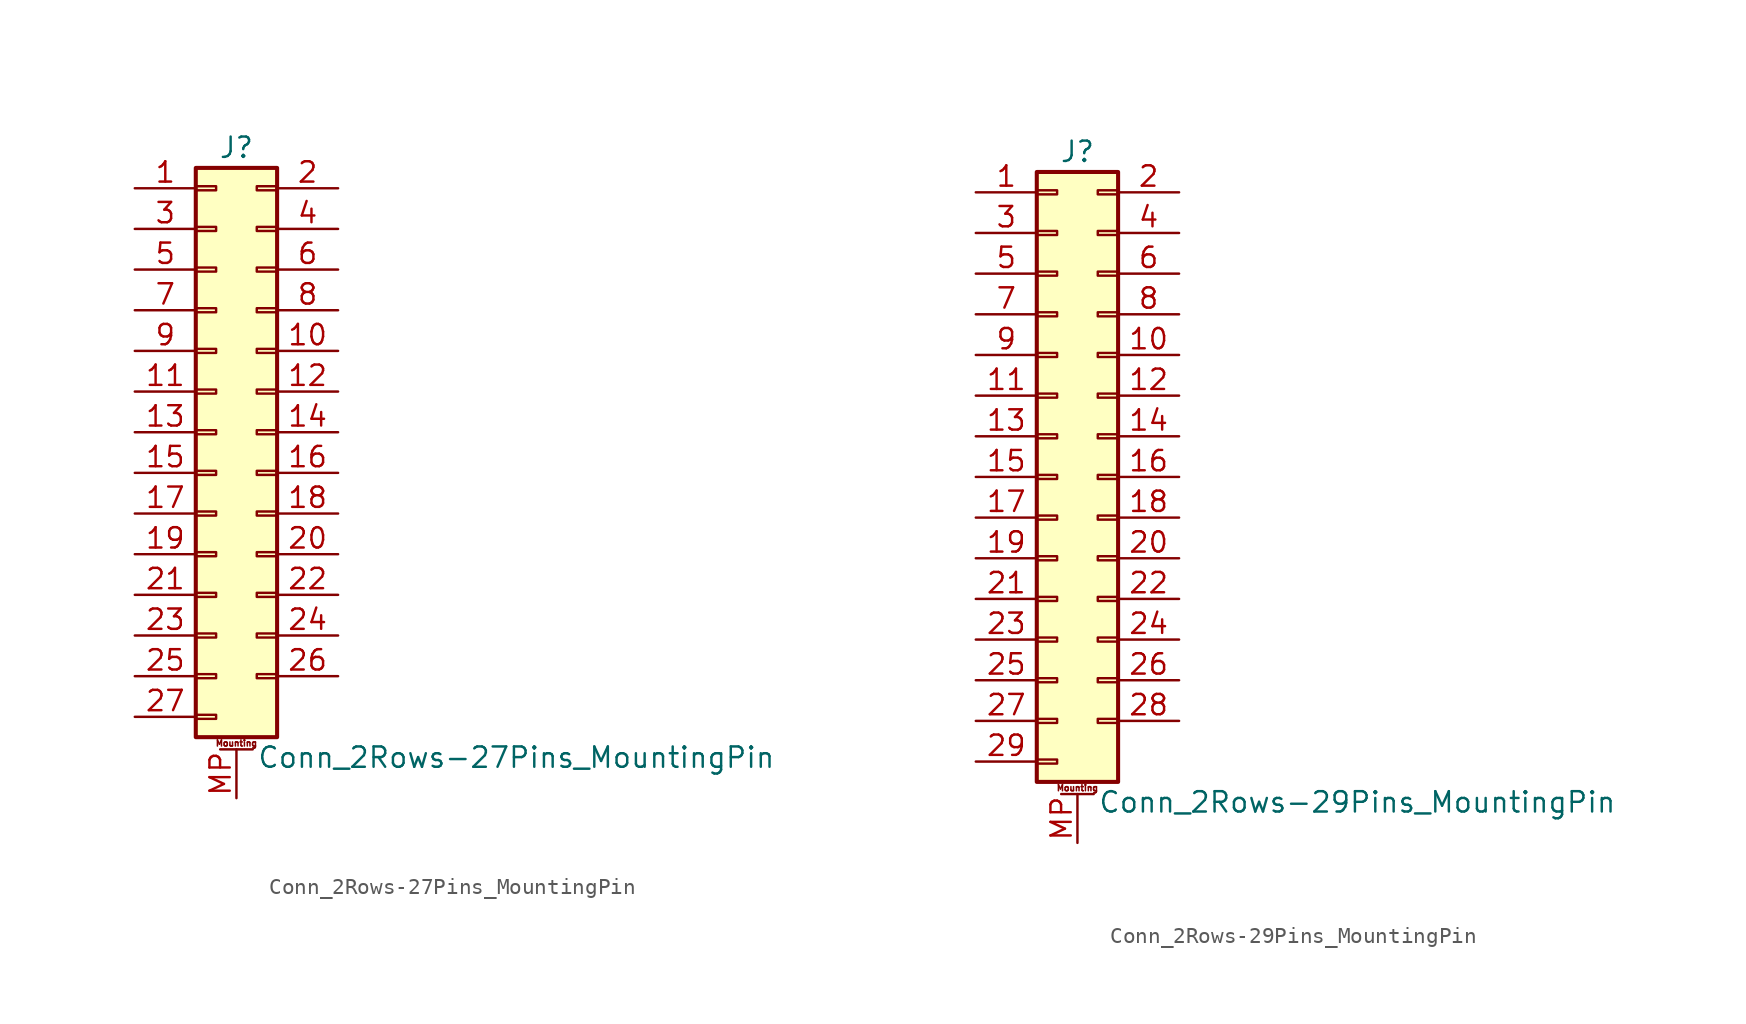
<source format=kicad_sym>
(kicad_symbol_lib
  (version 20211014)
  (generator kicad_symbol_editor)
  (symbol "Conn_2Rows-27Pins_MountingPin"
    (pin_names
      (offset 1.016) hide)
    (property "Reference" "J"
      (at 1.27 17.78 0)
      (effects (font (size 1.27 1.27))))
    (property "Value" "Conn_2Rows-27Pins_MountingPin"
      (at 2.54 -20.32 0)
      (effects (font (size 1.27 1.27)) (justify left)))
    (symbol "Conn_2Rows-27Pins_MountingPin_1_1"
      (rectangle (start -1.27 -17.653) (end 0 -17.907) (stroke (width 0.152) (type default) (color 0 0 0 0)) (fill (type none)))
      (rectangle (start -1.27 -15.113) (end 0 -15.367) (stroke (width 0.152) (type default) (color 0 0 0 0)) (fill (type none)))
      (rectangle (start -1.27 -12.573) (end 0 -12.827) (stroke (width 0.152) (type default) (color 0 0 0 0)) (fill (type none)))
      (rectangle (start -1.27 -10.033) (end 0 -10.287) (stroke (width 0.152) (type default) (color 0 0 0 0)) (fill (type none)))
      (rectangle (start -1.27 -7.493) (end 0 -7.747) (stroke (width 0.152) (type default) (color 0 0 0 0)) (fill (type none)))
      (rectangle (start -1.27 -4.953) (end 0 -5.207) (stroke (width 0.152) (type default) (color 0 0 0 0)) (fill (type none)))
      (rectangle (start -1.27 -2.413) (end 0 -2.667) (stroke (width 0.152) (type default) (color 0 0 0 0)) (fill (type none)))
      (rectangle (start -1.27 0.127) (end 0 -0.127) (stroke (width 0.152) (type default) (color 0 0 0 0)) (fill (type none)))
      (rectangle (start -1.27 2.667) (end 0 2.413) (stroke (width 0.152) (type default) (color 0 0 0 0)) (fill (type none)))
      (rectangle (start -1.27 5.207) (end 0 4.953) (stroke (width 0.152) (type default) (color 0 0 0 0)) (fill (type none)))
      (rectangle (start -1.27 7.747) (end 0 7.493) (stroke (width 0.152) (type default) (color 0 0 0 0)) (fill (type none)))
      (rectangle (start -1.27 10.287) (end 0 10.033) (stroke (width 0.152) (type default) (color 0 0 0 0)) (fill (type none)))
      (rectangle (start -1.27 12.827) (end 0 12.573) (stroke (width 0.152) (type default) (color 0 0 0 0)) (fill (type none)))
      (rectangle (start -1.27 15.367) (end 0 15.113) (stroke (width 0.152) (type default) (color 0 0 0 0)) (fill (type none)))
      (rectangle (start -1.27 16.51) (end 3.81 -19.05) (stroke (width 0.254) (type default) (color 0 0 0 0)) (fill (type background)))
      (polyline (pts (xy 0.254 -19.812) (xy 2.286 -19.812)) (stroke (width 0.152) (type default) (color 0 0 0 0)) (fill (type none)))
      (rectangle (start 3.81 -15.113) (end 2.54 -15.367) (stroke (width 0.152) (type default) (color 0 0 0 0)) (fill (type none)))
      (rectangle (start 3.81 -12.573) (end 2.54 -12.827) (stroke (width 0.152) (type default) (color 0 0 0 0)) (fill (type none)))
      (rectangle (start 3.81 -10.033) (end 2.54 -10.287) (stroke (width 0.152) (type default) (color 0 0 0 0)) (fill (type none)))
      (rectangle (start 3.81 -7.493) (end 2.54 -7.747) (stroke (width 0.152) (type default) (color 0 0 0 0)) (fill (type none)))
      (rectangle (start 3.81 -4.953) (end 2.54 -5.207) (stroke (width 0.152) (type default) (color 0 0 0 0)) (fill (type none)))
      (rectangle (start 3.81 -2.413) (end 2.54 -2.667) (stroke (width 0.152) (type default) (color 0 0 0 0)) (fill (type none)))
      (rectangle (start 3.81 0.127) (end 2.54 -0.127) (stroke (width 0.152) (type default) (color 0 0 0 0)) (fill (type none)))
      (rectangle (start 3.81 2.667) (end 2.54 2.413) (stroke (width 0.152) (type default) (color 0 0 0 0)) (fill (type none)))
      (rectangle (start 3.81 5.207) (end 2.54 4.953) (stroke (width 0.152) (type default) (color 0 0 0 0)) (fill (type none)))
      (rectangle (start 3.81 7.747) (end 2.54 7.493) (stroke (width 0.152) (type default) (color 0 0 0 0)) (fill (type none)))
      (rectangle (start 3.81 10.287) (end 2.54 10.033) (stroke (width 0.152) (type default) (color 0 0 0 0)) (fill (type none)))
      (rectangle (start 3.81 12.827) (end 2.54 12.573) (stroke (width 0.152) (type default) (color 0 0 0 0)) (fill (type none)))
      (rectangle (start 3.81 15.367) (end 2.54 15.113) (stroke (width 0.152) (type default) (color 0 0 0 0)) (fill (type none)))
      (text "Mounting" (at 1.27 -19.431 0) (effects (font (size 0.381 0.381))))
      (pin passive line (at -5.08 15.24 0) (length 3.81) (name "Pin_1" (effects (font (size 1.27 1.27)))) (number "1" (effects (font (size 1.27 1.27)))))
      (pin passive line (at 7.62 5.08 180) (length 3.81) (name "Pin_10" (effects (font (size 1.27 1.27)))) (number "10" (effects (font (size 1.27 1.27)))))
      (pin passive line (at -5.08 2.54 0) (length 3.81) (name "Pin_11" (effects (font (size 1.27 1.27)))) (number "11" (effects (font (size 1.27 1.27)))))
      (pin passive line (at 7.62 2.54 180) (length 3.81) (name "Pin_12" (effects (font (size 1.27 1.27)))) (number "12" (effects (font (size 1.27 1.27)))))
      (pin passive line (at -5.08 0 0) (length 3.81) (name "Pin_13" (effects (font (size 1.27 1.27)))) (number "13" (effects (font (size 1.27 1.27)))))
      (pin passive line (at 7.62 0 180) (length 3.81) (name "Pin_14" (effects (font (size 1.27 1.27)))) (number "14" (effects (font (size 1.27 1.27)))))
      (pin passive line (at -5.08 -2.54 0) (length 3.81) (name "Pin_15" (effects (font (size 1.27 1.27)))) (number "15" (effects (font (size 1.27 1.27)))))
      (pin passive line (at 7.62 -2.54 180) (length 3.81) (name "Pin_16" (effects (font (size 1.27 1.27)))) (number "16" (effects (font (size 1.27 1.27)))))
      (pin passive line (at -5.08 -5.08 0) (length 3.81) (name "Pin_17" (effects (font (size 1.27 1.27)))) (number "17" (effects (font (size 1.27 1.27)))))
      (pin passive line (at 7.62 -5.08 180) (length 3.81) (name "Pin_18" (effects (font (size 1.27 1.27)))) (number "18" (effects (font (size 1.27 1.27)))))
      (pin passive line (at -5.08 -7.62 0) (length 3.81) (name "Pin_19" (effects (font (size 1.27 1.27)))) (number "19" (effects (font (size 1.27 1.27)))))
      (pin passive line (at 7.62 15.24 180) (length 3.81) (name "Pin_2" (effects (font (size 1.27 1.27)))) (number "2" (effects (font (size 1.27 1.27)))))
      (pin passive line (at 7.62 -7.62 180) (length 3.81) (name "Pin_20" (effects (font (size 1.27 1.27)))) (number "20" (effects (font (size 1.27 1.27)))))
      (pin passive line (at -5.08 -10.16 0) (length 3.81) (name "Pin_21" (effects (font (size 1.27 1.27)))) (number "21" (effects (font (size 1.27 1.27)))))
      (pin passive line (at 7.62 -10.16 180) (length 3.81) (name "Pin_22" (effects (font (size 1.27 1.27)))) (number "22" (effects (font (size 1.27 1.27)))))
      (pin passive line (at -5.08 -12.7 0) (length 3.81) (name "Pin_23" (effects (font (size 1.27 1.27)))) (number "23" (effects (font (size 1.27 1.27)))))
      (pin passive line (at 7.62 -12.7 180) (length 3.81) (name "Pin_24" (effects (font (size 1.27 1.27)))) (number "24" (effects (font (size 1.27 1.27)))))
      (pin passive line (at -5.08 -15.24 0) (length 3.81) (name "Pin_25" (effects (font (size 1.27 1.27)))) (number "25" (effects (font (size 1.27 1.27)))))
      (pin passive line (at 7.62 -15.24 180) (length 3.81) (name "Pin_26" (effects (font (size 1.27 1.27)))) (number "26" (effects (font (size 1.27 1.27)))))
      (pin passive line (at -5.08 -17.78 0) (length 3.81) (name "Pin_27" (effects (font (size 1.27 1.27)))) (number "27" (effects (font (size 1.27 1.27)))))
      (pin passive line (at -5.08 12.7 0) (length 3.81) (name "Pin_3" (effects (font (size 1.27 1.27)))) (number "3" (effects (font (size 1.27 1.27)))))
      (pin passive line (at 7.62 12.7 180) (length 3.81) (name "Pin_4" (effects (font (size 1.27 1.27)))) (number "4" (effects (font (size 1.27 1.27)))))
      (pin passive line (at -5.08 10.16 0) (length 3.81) (name "Pin_5" (effects (font (size 1.27 1.27)))) (number "5" (effects (font (size 1.27 1.27)))))
      (pin passive line (at 7.62 10.16 180) (length 3.81) (name "Pin_6" (effects (font (size 1.27 1.27)))) (number "6" (effects (font (size 1.27 1.27)))))
      (pin passive line (at -5.08 7.62 0) (length 3.81) (name "Pin_7" (effects (font (size 1.27 1.27)))) (number "7" (effects (font (size 1.27 1.27)))))
      (pin passive line (at 7.62 7.62 180) (length 3.81) (name "Pin_8" (effects (font (size 1.27 1.27)))) (number "8" (effects (font (size 1.27 1.27)))))
      (pin passive line (at -5.08 5.08 0) (length 3.81) (name "Pin_9" (effects (font (size 1.27 1.27)))) (number "9" (effects (font (size 1.27 1.27)))))
      (pin passive line (at 1.27 -22.86 90) (length 3.048) (name "MountPin" (effects (font (size 1.27 1.27)))) (number "MP" (effects (font (size 1.27 1.27)))))))
  (symbol "Conn_2Rows-29Pins_MountingPin"
    (pin_names
      (offset 1.016) hide)
    (property "Reference" "J"
      (at 1.27 20.32 0)
      (effects (font (size 1.27 1.27))))
    (property "Value" "Conn_2Rows-29Pins_MountingPin"
      (at 2.54 -20.32 0)
      (effects (font (size 1.27 1.27)) (justify left)))
    (symbol "Conn_2Rows-29Pins_MountingPin_1_1"
      (rectangle (start -1.27 -17.653) (end 0 -17.907) (stroke (width 0.152) (type default) (color 0 0 0 0)) (fill (type none)))
      (rectangle (start -1.27 -15.113) (end 0 -15.367) (stroke (width 0.152) (type default) (color 0 0 0 0)) (fill (type none)))
      (rectangle (start -1.27 -12.573) (end 0 -12.827) (stroke (width 0.152) (type default) (color 0 0 0 0)) (fill (type none)))
      (rectangle (start -1.27 -10.033) (end 0 -10.287) (stroke (width 0.152) (type default) (color 0 0 0 0)) (fill (type none)))
      (rectangle (start -1.27 -7.493) (end 0 -7.747) (stroke (width 0.152) (type default) (color 0 0 0 0)) (fill (type none)))
      (rectangle (start -1.27 -4.953) (end 0 -5.207) (stroke (width 0.152) (type default) (color 0 0 0 0)) (fill (type none)))
      (rectangle (start -1.27 -2.413) (end 0 -2.667) (stroke (width 0.152) (type default) (color 0 0 0 0)) (fill (type none)))
      (rectangle (start -1.27 0.127) (end 0 -0.127) (stroke (width 0.152) (type default) (color 0 0 0 0)) (fill (type none)))
      (rectangle (start -1.27 2.667) (end 0 2.413) (stroke (width 0.152) (type default) (color 0 0 0 0)) (fill (type none)))
      (rectangle (start -1.27 5.207) (end 0 4.953) (stroke (width 0.152) (type default) (color 0 0 0 0)) (fill (type none)))
      (rectangle (start -1.27 7.747) (end 0 7.493) (stroke (width 0.152) (type default) (color 0 0 0 0)) (fill (type none)))
      (rectangle (start -1.27 10.287) (end 0 10.033) (stroke (width 0.152) (type default) (color 0 0 0 0)) (fill (type none)))
      (rectangle (start -1.27 12.827) (end 0 12.573) (stroke (width 0.152) (type default) (color 0 0 0 0)) (fill (type none)))
      (rectangle (start -1.27 15.367) (end 0 15.113) (stroke (width 0.152) (type default) (color 0 0 0 0)) (fill (type none)))
      (rectangle (start -1.27 17.907) (end 0 17.653) (stroke (width 0.152) (type default) (color 0 0 0 0)) (fill (type none)))
      (rectangle (start -1.27 19.05) (end 3.81 -19.05) (stroke (width 0.254) (type default) (color 0 0 0 0)) (fill (type background)))
      (polyline (pts (xy 0.254 -19.812) (xy 2.286 -19.812)) (stroke (width 0.152) (type default) (color 0 0 0 0)) (fill (type none)))
      (rectangle (start 3.81 -15.113) (end 2.54 -15.367) (stroke (width 0.152) (type default) (color 0 0 0 0)) (fill (type none)))
      (rectangle (start 3.81 -12.573) (end 2.54 -12.827) (stroke (width 0.152) (type default) (color 0 0 0 0)) (fill (type none)))
      (rectangle (start 3.81 -10.033) (end 2.54 -10.287) (stroke (width 0.152) (type default) (color 0 0 0 0)) (fill (type none)))
      (rectangle (start 3.81 -7.493) (end 2.54 -7.747) (stroke (width 0.152) (type default) (color 0 0 0 0)) (fill (type none)))
      (rectangle (start 3.81 -4.953) (end 2.54 -5.207) (stroke (width 0.152) (type default) (color 0 0 0 0)) (fill (type none)))
      (rectangle (start 3.81 -2.413) (end 2.54 -2.667) (stroke (width 0.152) (type default) (color 0 0 0 0)) (fill (type none)))
      (rectangle (start 3.81 0.127) (end 2.54 -0.127) (stroke (width 0.152) (type default) (color 0 0 0 0)) (fill (type none)))
      (rectangle (start 3.81 2.667) (end 2.54 2.413) (stroke (width 0.152) (type default) (color 0 0 0 0)) (fill (type none)))
      (rectangle (start 3.81 5.207) (end 2.54 4.953) (stroke (width 0.152) (type default) (color 0 0 0 0)) (fill (type none)))
      (rectangle (start 3.81 7.747) (end 2.54 7.493) (stroke (width 0.152) (type default) (color 0 0 0 0)) (fill (type none)))
      (rectangle (start 3.81 10.287) (end 2.54 10.033) (stroke (width 0.152) (type default) (color 0 0 0 0)) (fill (type none)))
      (rectangle (start 3.81 12.827) (end 2.54 12.573) (stroke (width 0.152) (type default) (color 0 0 0 0)) (fill (type none)))
      (rectangle (start 3.81 15.367) (end 2.54 15.113) (stroke (width 0.152) (type default) (color 0 0 0 0)) (fill (type none)))
      (rectangle (start 3.81 17.907) (end 2.54 17.653) (stroke (width 0.152) (type default) (color 0 0 0 0)) (fill (type none)))
      (text "Mounting" (at 1.27 -19.431 0) (effects (font (size 0.381 0.381))))
      (pin passive line (at -5.08 17.78 0) (length 3.81) (name "Pin_1" (effects (font (size 1.27 1.27)))) (number "1" (effects (font (size 1.27 1.27)))))
      (pin passive line (at 7.62 7.62 180) (length 3.81) (name "Pin_10" (effects (font (size 1.27 1.27)))) (number "10" (effects (font (size 1.27 1.27)))))
      (pin passive line (at -5.08 5.08 0) (length 3.81) (name "Pin_11" (effects (font (size 1.27 1.27)))) (number "11" (effects (font (size 1.27 1.27)))))
      (pin passive line (at 7.62 5.08 180) (length 3.81) (name "Pin_12" (effects (font (size 1.27 1.27)))) (number "12" (effects (font (size 1.27 1.27)))))
      (pin passive line (at -5.08 2.54 0) (length 3.81) (name "Pin_13" (effects (font (size 1.27 1.27)))) (number "13" (effects (font (size 1.27 1.27)))))
      (pin passive line (at 7.62 2.54 180) (length 3.81) (name "Pin_14" (effects (font (size 1.27 1.27)))) (number "14" (effects (font (size 1.27 1.27)))))
      (pin passive line (at -5.08 0 0) (length 3.81) (name "Pin_15" (effects (font (size 1.27 1.27)))) (number "15" (effects (font (size 1.27 1.27)))))
      (pin passive line (at 7.62 0 180) (length 3.81) (name "Pin_16" (effects (font (size 1.27 1.27)))) (number "16" (effects (font (size 1.27 1.27)))))
      (pin passive line (at -5.08 -2.54 0) (length 3.81) (name "Pin_17" (effects (font (size 1.27 1.27)))) (number "17" (effects (font (size 1.27 1.27)))))
      (pin passive line (at 7.62 -2.54 180) (length 3.81) (name "Pin_18" (effects (font (size 1.27 1.27)))) (number "18" (effects (font (size 1.27 1.27)))))
      (pin passive line (at -5.08 -5.08 0) (length 3.81) (name "Pin_19" (effects (font (size 1.27 1.27)))) (number "19" (effects (font (size 1.27 1.27)))))
      (pin passive line (at 7.62 17.78 180) (length 3.81) (name "Pin_2" (effects (font (size 1.27 1.27)))) (number "2" (effects (font (size 1.27 1.27)))))
      (pin passive line (at 7.62 -5.08 180) (length 3.81) (name "Pin_20" (effects (font (size 1.27 1.27)))) (number "20" (effects (font (size 1.27 1.27)))))
      (pin passive line (at -5.08 -7.62 0) (length 3.81) (name "Pin_21" (effects (font (size 1.27 1.27)))) (number "21" (effects (font (size 1.27 1.27)))))
      (pin passive line (at 7.62 -7.62 180) (length 3.81) (name "Pin_22" (effects (font (size 1.27 1.27)))) (number "22" (effects (font (size 1.27 1.27)))))
      (pin passive line (at -5.08 -10.16 0) (length 3.81) (name "Pin_23" (effects (font (size 1.27 1.27)))) (number "23" (effects (font (size 1.27 1.27)))))
      (pin passive line (at 7.62 -10.16 180) (length 3.81) (name "Pin_24" (effects (font (size 1.27 1.27)))) (number "24" (effects (font (size 1.27 1.27)))))
      (pin passive line (at -5.08 -12.7 0) (length 3.81) (name "Pin_25" (effects (font (size 1.27 1.27)))) (number "25" (effects (font (size 1.27 1.27)))))
      (pin passive line (at 7.62 -12.7 180) (length 3.81) (name "Pin_26" (effects (font (size 1.27 1.27)))) (number "26" (effects (font (size 1.27 1.27)))))
      (pin passive line (at -5.08 -15.24 0) (length 3.81) (name "Pin_27" (effects (font (size 1.27 1.27)))) (number "27" (effects (font (size 1.27 1.27)))))
      (pin passive line (at 7.62 -15.24 180) (length 3.81) (name "Pin_28" (effects (font (size 1.27 1.27)))) (number "28" (effects (font (size 1.27 1.27)))))
      (pin passive line (at -5.08 -17.78 0) (length 3.81) (name "Pin_29" (effects (font (size 1.27 1.27)))) (number "29" (effects (font (size 1.27 1.27)))))
      (pin passive line (at -5.08 15.24 0) (length 3.81) (name "Pin_3" (effects (font (size 1.27 1.27)))) (number "3" (effects (font (size 1.27 1.27)))))
      (pin passive line (at 7.62 15.24 180) (length 3.81) (name "Pin_4" (effects (font (size 1.27 1.27)))) (number "4" (effects (font (size 1.27 1.27)))))
      (pin passive line (at -5.08 12.7 0) (length 3.81) (name "Pin_5" (effects (font (size 1.27 1.27)))) (number "5" (effects (font (size 1.27 1.27)))))
      (pin passive line (at 7.62 12.7 180) (length 3.81) (name "Pin_6" (effects (font (size 1.27 1.27)))) (number "6" (effects (font (size 1.27 1.27)))))
      (pin passive line (at -5.08 10.16 0) (length 3.81) (name "Pin_7" (effects (font (size 1.27 1.27)))) (number "7" (effects (font (size 1.27 1.27)))))
      (pin passive line (at 7.62 10.16 180) (length 3.81) (name "Pin_8" (effects (font (size 1.27 1.27)))) (number "8" (effects (font (size 1.27 1.27)))))
      (pin passive line (at -5.08 7.62 0) (length 3.81) (name "Pin_9" (effects (font (size 1.27 1.27)))) (number "9" (effects (font (size 1.27 1.27)))))
      (pin passive line (at 1.27 -22.86 90) (length 3.048) (name "MountPin" (effects (font (size 1.27 1.27)))) (number "MP" (effects (font (size 1.27 1.27))))))))
</source>
